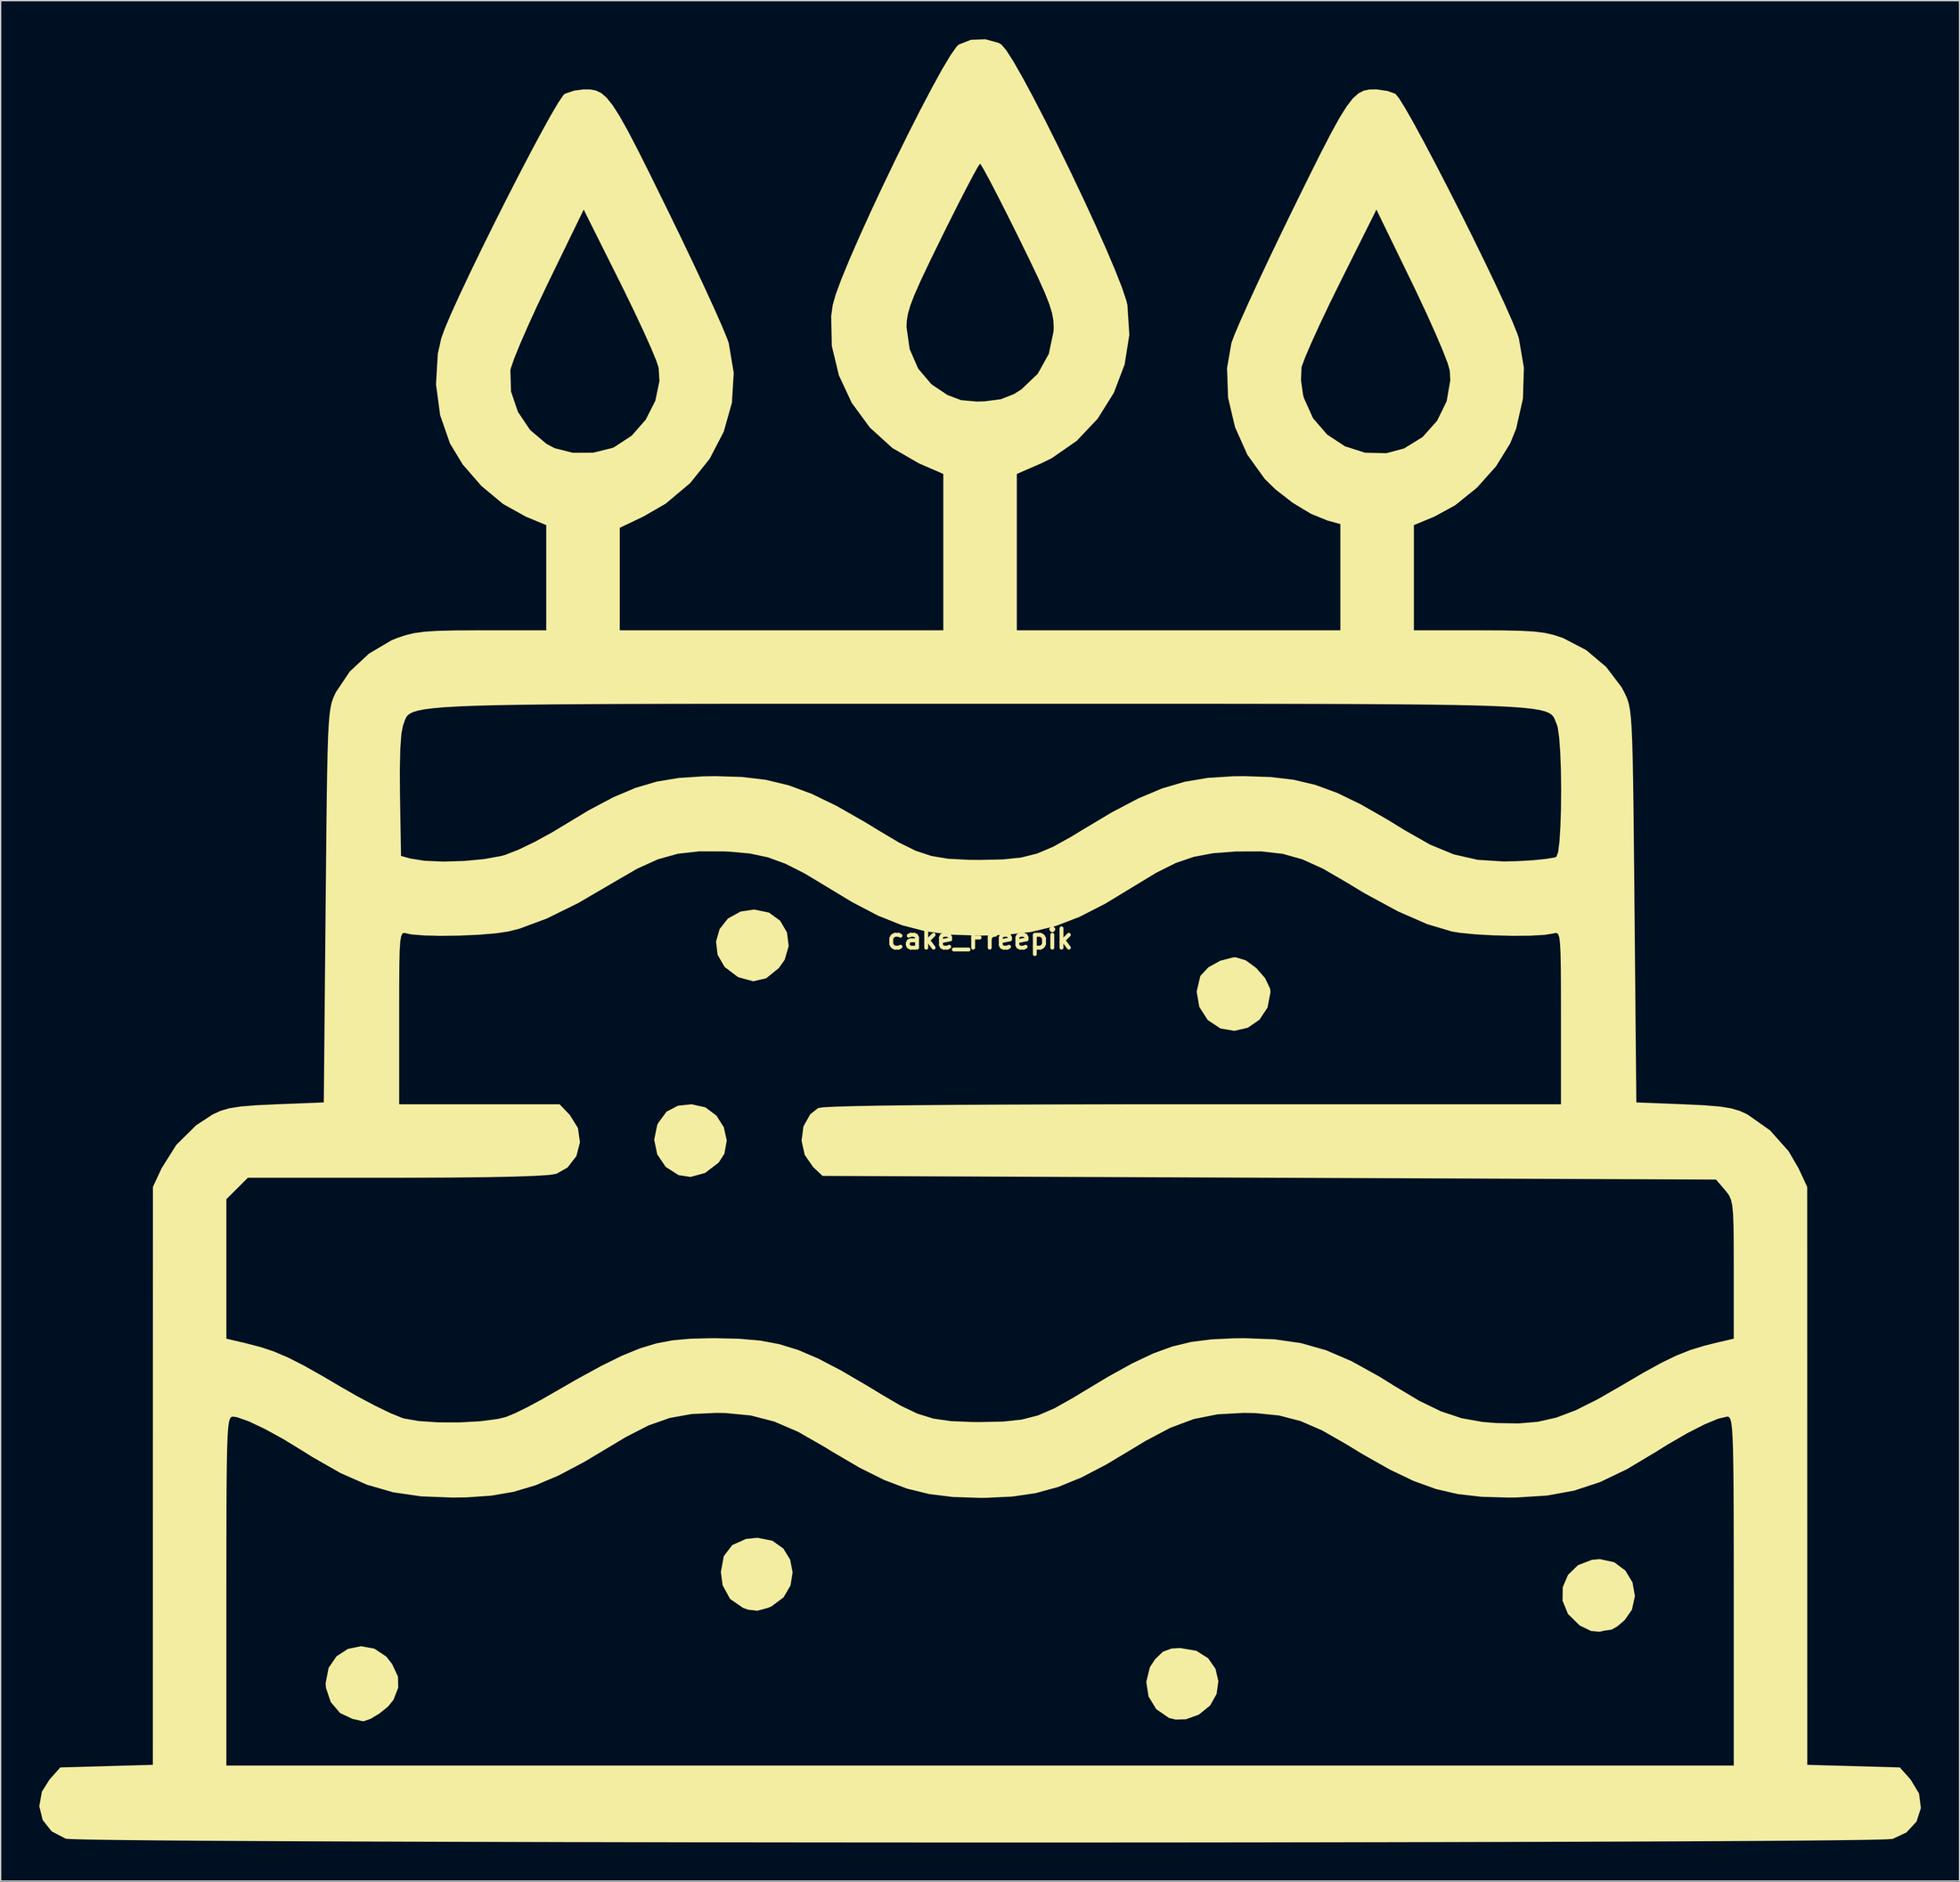
<source format=kicad_pcb>
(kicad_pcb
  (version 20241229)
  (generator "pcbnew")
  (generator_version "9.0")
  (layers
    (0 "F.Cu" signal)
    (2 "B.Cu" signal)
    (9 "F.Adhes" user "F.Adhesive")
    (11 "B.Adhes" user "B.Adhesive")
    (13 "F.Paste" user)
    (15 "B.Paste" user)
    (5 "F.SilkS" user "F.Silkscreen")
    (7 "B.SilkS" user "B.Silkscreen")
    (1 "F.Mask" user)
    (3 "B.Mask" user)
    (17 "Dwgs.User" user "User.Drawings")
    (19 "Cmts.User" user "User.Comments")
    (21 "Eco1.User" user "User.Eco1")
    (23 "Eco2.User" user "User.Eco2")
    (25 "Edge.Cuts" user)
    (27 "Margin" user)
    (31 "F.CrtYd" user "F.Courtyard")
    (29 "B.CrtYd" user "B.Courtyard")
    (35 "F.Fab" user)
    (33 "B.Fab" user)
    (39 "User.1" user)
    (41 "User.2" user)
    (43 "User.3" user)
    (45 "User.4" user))
  (footprint "cake_Freepik"
    (layer "F.Cu")
    (at 73.028 69.883)
    (property "Reference" "cake_Freepik" (at 0 0 0) (layer "F.SilkS") (effects (font (size 1.5 1.5) (thickness 0.3))))
    (attr board_only exclude_from_pos_files exclude_from_bom)
    (fp_poly (pts (xy -21.321 13.086) (xy -20.464 13.725) (xy -19.891 14.628) (xy -19.664 15.659) (xy -19.846 16.685) (xy -20.29 17.373) (xy -21.34 18.177) (xy -22.477 18.489) (xy -23.402 18.349) (xy -24.405 17.708) (xy -25.057 16.739) (xy -25.296 15.598) (xy -25.058 14.446) (xy -24.994 14.313) (xy -24.337 13.417) (xy -23.45 12.955) (xy -22.4 12.843)) (stroke (width 0) (type solid)) (fill yes) (layer "F.SilkS"))
    (fp_poly (pts (xy -16.383 -2.044) (xy -15.516 -1.409) (xy -14.99 -0.504) (xy -14.856 0.549) (xy -15.167 1.624) (xy -15.625 2.268) (xy -16.6 3.056) (xy -17.605 3.29) (xy -18.719 2.989) (xy -18.836 2.932) (xy -19.833 2.174) (xy -20.376 1.227) (xy -20.495 0.207) (xy -20.217 -0.769) (xy -19.572 -1.585) (xy -18.59 -2.126) (xy -17.539 -2.283)) (stroke (width 0) (type solid)) (fill yes) (layer "F.SilkS"))
    (fp_poly (pts (xy -16.124 46.747) (xy -15.274 47.351) (xy -14.744 48.211) (xy -14.552 49.21) (xy -14.716 50.227) (xy -15.253 51.144) (xy -16.183 51.841) (xy -16.456 51.959) (xy -17.292 52.187) (xy -18.019 52.1) (xy -18.408 51.957) (xy -19.406 51.267) (xy -19.982 50.21) (xy -20.12 49.176) (xy -19.895 47.949) (xy -19.236 47.084) (xy -18.171 46.608) (xy -17.276 46.519)) (stroke (width 0) (type solid)) (fill yes) (layer "F.SilkS"))
    (fp_poly (pts (xy 16.788 55.297) (xy 17.702 55.873) (xy 18.275 56.697) (xy 18.497 57.659) (xy 18.361 58.647) (xy 17.856 59.551) (xy 16.974 60.26) (xy 15.982 60.615) (xy 15.178 60.636) (xy 14.666 60.515) (xy 13.678 59.831) (xy 13.078 58.846) (xy 12.902 57.711) (xy 13.184 56.573) (xy 13.582 55.959) (xy 14.196 55.366) (xy 14.872 55.119) (xy 15.541 55.081)) (stroke (width 0) (type solid)) (fill yes) (layer "F.SilkS"))
    (fp_poly (pts (xy 20.627 1.664) (xy 21.443 2.263) (xy 22.129 3.054) (xy 22.514 3.866) (xy 22.546 4.128) (xy 22.311 5.338) (xy 21.686 6.278) (xy 20.789 6.896) (xy 19.74 7.14) (xy 18.657 6.955) (xy 17.672 6.301) (xy 17.019 5.281) (xy 16.813 4.09) (xy 17.086 2.929) (xy 17.132 2.838) (xy 17.725 2.205) (xy 18.642 1.696) (xy 19.637 1.437) (xy 19.849 1.427)) (stroke (width 0) (type solid)) (fill yes) (layer "F.SilkS"))
    (fp_poly (pts (xy -47.02 55.129) (xy -46.089 55.749) (xy -45.642 56.323) (xy -45.186 57.295) (xy -45.165 58.16) (xy -45.539 59.113) (xy -45.955 59.624) (xy -46.602 60.152) (xy -47.296 60.574) (xy -47.852 60.769) (xy -48.008 60.75) (xy -48.317 60.671) (xy -48.709 60.59) (xy -49.674 60.134) (xy -50.403 59.277) (xy -50.775 58.178) (xy -50.8 57.807) (xy -50.568 56.618) (xy -49.951 55.721) (xy -49.073 55.15) (xy -48.056 54.941)) (stroke (width 0) (type solid)) (fill yes) (layer "F.SilkS"))
    (fp_poly (pts (xy 49.229 48.419) (xy 50.092 49.066) (xy 50.645 49.983) (xy 50.833 51.039) (xy 50.602 52.102) (xy 50.048 52.902) (xy 49.474 53.397) (xy 49.03 53.65) (xy 48.977 53.658) (xy 48.452 53.731) (xy 48.083 53.817) (xy 47.426 53.756) (xy 46.592 53.353) (xy 46.523 53.308) (xy 45.635 52.431) (xy 45.216 51.408) (xy 45.23 50.357) (xy 45.64 49.398) (xy 46.41 48.648) (xy 47.504 48.226) (xy 48.108 48.174)) (stroke (width 0) (type solid)) (fill yes) (layer "F.SilkS"))
    (fp_poly (pts (xy 1.438 -69.602) (xy 1.659 -69.47) (xy 2.03 -69.036) (xy 2.594 -68.151) (xy 3.313 -66.889) (xy 4.155 -65.323) (xy 5.082 -63.526) (xy 6.059 -61.571) (xy 7.052 -59.531) (xy 8.025 -57.479) (xy 8.942 -55.489) (xy 9.769 -53.633) (xy 10.469 -51.984) (xy 11.008 -50.617) (xy 11.35 -49.603) (xy 11.437 -49.244) (xy 11.587 -46.925) (xy 11.22 -44.621) (xy 10.384 -42.42) (xy 9.13 -40.413) (xy 7.504 -38.689) (xy 5.557 -37.338) (xy 4.753 -36.945) (xy 2.854 -36.118) (xy 2.854 -30.045) (xy 2.854 -23.973) (xy 15.411 -23.973) (xy 27.969 -23.973) (xy 27.969 -28.098) (xy 27.969 -32.223) (xy 26.951 -32.504) (xy 25.68 -33.025) (xy 24.273 -33.875) (xy 22.928 -34.92) (xy 22.101 -35.73) (xy 20.751 -37.607) (xy 19.792 -39.754) (xy 19.254 -42.039) (xy 19.205 -43.392) (xy 24.914 -43.392) (xy 25.073 -42.267) (xy 25.131 -42.037) (xy 25.842 -40.452) (xy 26.94 -39.178) (xy 28.325 -38.265) (xy 29.893 -37.765) (xy 31.542 -37.73) (xy 32.918 -38.1) (xy 34.353 -38.986) (xy 35.479 -40.25) (xy 36.22 -41.766) (xy 36.504 -43.405) (xy 36.459 -44.166) (xy 36.293 -44.734) (xy 35.911 -45.72) (xy 35.352 -47.035) (xy 34.655 -48.585) (xy 33.86 -50.28) (xy 33.541 -50.943) (xy 30.768 -56.651) (xy 27.955 -51.016) (xy 27.116 -49.309) (xy 26.36 -47.715) (xy 25.726 -46.324) (xy 25.255 -45.227) (xy 24.989 -44.515) (xy 24.951 -44.37) (xy 24.914 -43.392) (xy 19.205 -43.392) (xy 19.171 -44.331) (xy 19.511 -46.288) (xy 19.747 -46.924) (xy 20.203 -47.996) (xy 20.847 -49.433) (xy 21.643 -51.158) (xy 22.558 -53.1) (xy 23.558 -55.184) (xy 24.22 -56.544) (xy 25.428 -59.003) (xy 26.422 -60.997) (xy 27.236 -62.573) (xy 27.903 -63.781) (xy 28.458 -64.668) (xy 28.933 -65.283) (xy 29.363 -65.674) (xy 29.781 -65.89) (xy 30.221 -65.98) (xy 30.717 -65.991) (xy 30.796 -65.989) (xy 31.636 -65.862) (xy 32.237 -65.647) (xy 32.513 -65.315) (xy 32.995 -64.539) (xy 33.65 -63.388) (xy 34.439 -61.935) (xy 35.328 -60.251) (xy 36.281 -58.408) (xy 37.261 -56.475) (xy 38.233 -54.526) (xy 39.16 -52.63) (xy 40.007 -50.859) (xy 40.737 -49.285) (xy 41.315 -47.979) (xy 41.705 -47.012) (xy 41.823 -46.659) (xy 42.215 -44.368) (xy 42.141 -41.966) (xy 41.616 -39.643) (xy 41.149 -38.488) (xy 40.048 -36.704) (xy 38.573 -35.053) (xy 36.877 -33.683) (xy 35.27 -32.805) (xy 33.676 -32.144) (xy 33.676 -28.059) (xy 33.676 -23.973) (xy 38.66 -23.973) (xy 40.533 -23.966) (xy 41.945 -23.937) (xy 43.004 -23.876) (xy 43.821 -23.774) (xy 44.505 -23.619) (xy 45.166 -23.403) (xy 45.272 -23.364) (xy 47.048 -22.438) (xy 48.607 -21.122) (xy 49.795 -19.555) (xy 50.001 -19.169) (xy 50.145 -18.87) (xy 50.266 -18.569) (xy 50.368 -18.218) (xy 50.452 -17.767) (xy 50.521 -17.169) (xy 50.577 -16.374) (xy 50.623 -15.332) (xy 50.661 -13.995) (xy 50.693 -12.314) (xy 50.722 -10.24) (xy 50.75 -7.723) (xy 50.78 -4.716) (xy 50.8 -2.569) (xy 50.943 12.7) (xy 54.653 12.847) (xy 56.278 12.925) (xy 57.459 13.025) (xy 58.323 13.166) (xy 58.995 13.368) (xy 59.568 13.634) (xy 61.315 14.864) (xy 62.761 16.487) (xy 63.53 17.808) (xy 64.208 19.264) (xy 64.211 41.709) (xy 64.213 64.155) (xy 67.804 64.255) (xy 71.395 64.356) (xy 72.228 65.288) (xy 72.888 66.384) (xy 73.032 67.513) (xy 72.694 68.559) (xy 71.91 69.407) (xy 70.836 69.91) (xy 70.448 69.939) (xy 69.519 69.967) (xy 68.079 69.993) (xy 66.159 70.017) (xy 63.788 70.039) (xy 60.997 70.06) (xy 57.815 70.08) (xy 54.273 70.098) (xy 50.399 70.114) (xy 46.225 70.128) (xy 41.781 70.141) (xy 37.095 70.152) (xy 32.199 70.162) (xy 27.123 70.17) (xy 21.895 70.177) (xy 16.547 70.182) (xy 11.108 70.185) (xy 5.608 70.187) (xy 0.078 70.187) (xy -5.454 70.185) (xy -10.956 70.182) (xy -16.399 70.178) (xy -21.752 70.172) (xy -26.987 70.164) (xy -32.072 70.155) (xy -36.979 70.144) (xy -41.676 70.131) (xy -46.134 70.117) (xy -50.323 70.102) (xy -54.213 70.085) (xy -57.774 70.066) (xy -60.975 70.046) (xy -63.788 70.025) (xy -66.182 70.002) (xy -68.126 69.977) (xy -69.592 69.951) (xy -70.549 69.923) (xy -70.966 69.894) (xy -70.974 69.892) (xy -72.068 69.322) (xy -72.765 68.439) (xy -73.028 67.369) (xy -72.824 66.237) (xy -72.228 65.288) (xy -71.395 64.356) (xy -67.804 64.255) (xy -64.213 64.155) (xy -64.212 50.657) (xy -58.506 50.657) (xy -58.506 64.213) (xy 0 64.213) (xy 58.506 64.213) (xy 58.506 50.657) (xy 58.505 47.521) (xy 58.5 44.907) (xy 58.491 42.77) (xy 58.475 41.061) (xy 58.451 39.732) (xy 58.416 38.738) (xy 58.369 38.029) (xy 58.309 37.559) (xy 58.233 37.28) (xy 58.14 37.144) (xy 58.028 37.104) (xy 58.006 37.104) (xy 57.301 37.266) (xy 56.228 37.713) (xy 54.886 38.4) (xy 53.37 39.277) (xy 52.512 39.814) (xy 50.211 41.191) (xy 48.13 42.189) (xy 46.113 42.855) (xy 44.004 43.239) (xy 41.645 43.388) (xy 40.954 43.394) (xy 38.911 43.333) (xy 37.095 43.125) (xy 35.384 42.729) (xy 33.659 42.105) (xy 31.8 41.215) (xy 29.686 40.018) (xy 28.451 39.265) (xy 26.556 38.18) (xy 24.874 37.45) (xy 23.223 37.021) (xy 21.419 36.835) (xy 20.458 36.816) (xy 18.427 36.927) (xy 16.584 37.297) (xy 14.761 37.978) (xy 12.792 39.022) (xy 12.072 39.462) (xy 9.808 40.82) (xy 7.846 41.843) (xy 6.06 42.572) (xy 4.323 43.049) (xy 2.508 43.316) (xy 0.488 43.414) (xy 0 43.417) (xy -2.083 43.351) (xy -3.932 43.125) (xy -5.676 42.698) (xy -7.44 42.028) (xy -9.352 41.074) (xy -11.538 39.794) (xy -12.072 39.462) (xy -14.128 38.284) (xy -15.981 37.487) (xy -17.798 37.019) (xy -19.748 36.828) (xy -20.458 36.816) (xy -22.398 36.906) (xy -24.099 37.213) (xy -25.744 37.793) (xy -27.515 38.703) (xy -28.451 39.265) (xy -30.744 40.636) (xy -32.72 41.68) (xy -34.5 42.437) (xy -36.203 42.946) (xy -37.949 43.246) (xy -39.86 43.379) (xy -40.954 43.394) (xy -43.405 43.299) (xy -45.565 42.983) (xy -47.592 42.397) (xy -49.64 41.493) (xy -51.868 40.221) (xy -52.512 39.814) (xy -54.082 38.853) (xy -55.531 38.058) (xy -56.761 37.475) (xy -57.676 37.153) (xy -58.006 37.104) (xy -58.122 37.131) (xy -58.218 37.246) (xy -58.297 37.496) (xy -58.36 37.929) (xy -58.409 38.592) (xy -58.445 39.532) (xy -58.471 40.797) (xy -58.489 42.435) (xy -58.499 44.493) (xy -58.504 47.018) (xy -58.506 50.058) (xy -58.506 50.657) (xy -64.212 50.657) (xy -64.211 41.709) (xy -64.208 20.219) (xy -58.506 20.219) (xy -58.506 25.635) (xy -58.506 31.051) (xy -57.007 31.403) (xy -55.853 31.703) (xy -54.796 32.056) (xy -53.714 32.518) (xy -52.484 33.143) (xy -50.985 33.989) (xy -49.716 34.739) (xy -48.312 35.543) (xy -46.942 36.27) (xy -45.744 36.848) (xy -44.858 37.208) (xy -44.722 37.25) (xy -43.574 37.451) (xy -42.069 37.552) (xy -40.407 37.556) (xy -38.789 37.466) (xy -37.417 37.284) (xy -36.816 37.138) (xy -36.115 36.852) (xy -35.106 36.356) (xy -33.966 35.74) (xy -33.534 35.492) (xy -31.268 34.187) (xy -29.388 33.16) (xy -27.801 32.377) (xy -26.413 31.808) (xy -25.13 31.419) (xy -23.859 31.179) (xy -22.506 31.056) (xy -20.979 31.016) (xy -20.548 31.015) (xy -18.684 31.058) (xy -17.061 31.201) (xy -15.571 31.481) (xy -14.104 31.936) (xy -12.551 32.602) (xy -10.803 33.515) (xy -8.752 34.713) (xy -7.725 35.34) (xy -6.162 36.256) (xy -4.858 36.879) (xy -3.62 37.261) (xy -2.256 37.458) (xy -0.574 37.525) (xy 0 37.528) (xy 1.811 37.489) (xy 3.247 37.335) (xy 4.501 37.011) (xy 5.766 36.464) (xy 7.235 35.639) (xy 7.725 35.34) (xy 9.944 34.005) (xy 11.812 32.971) (xy 13.437 32.201) (xy 14.928 31.658) (xy 16.395 31.305) (xy 17.946 31.106) (xy 19.691 31.024) (xy 20.548 31.015) (xy 22.852 31.1) (xy 24.907 31.396) (xy 26.857 31.949) (xy 28.845 32.804) (xy 31.014 34.008) (xy 32.147 34.713) (xy 34.092 35.879) (xy 35.783 36.699) (xy 37.371 37.228) (xy 39.007 37.521) (xy 40.057 37.606) (xy 41.783 37.637) (xy 43.299 37.508) (xy 44.739 37.18) (xy 46.238 36.612) (xy 47.93 35.765) (xy 49.716 34.739) (xy 51.474 33.706) (xy 52.879 32.933) (xy 54.051 32.363) (xy 55.113 31.941) (xy 56.187 31.61) (xy 57.007 31.403) (xy 58.506 31.051) (xy 58.506 25.673) (xy 58.503 23.794) (xy 58.49 22.399) (xy 58.455 21.399) (xy 58.39 20.707) (xy 58.284 20.236) (xy 58.128 19.898) (xy 57.911 19.605) (xy 57.817 19.494) (xy 57.128 18.693) (xy 22.451 18.551) (xy -12.226 18.408) (xy -12.958 17.72) (xy -13.61 16.777) (xy -13.856 15.672) (xy -13.711 14.567) (xy -13.188 13.627) (xy -12.573 13.137) (xy -12.177 13.08) (xy -11.211 13.03) (xy -9.674 12.986) (xy -7.567 12.947) (xy -4.889 12.915) (xy -1.641 12.888) (xy 2.178 12.868) (xy 6.567 12.854) (xy 11.527 12.845) (xy 16.534 12.843) (xy 45.092 12.843) (xy 45.092 6.117) (xy 45.091 3.992) (xy 45.083 2.371) (xy 45.062 1.19) (xy 45.024 0.381) (xy 44.961 -0.12) (xy 44.869 -0.381) (xy 44.74 -0.466) (xy 44.57 -0.443) (xy 44.514 -0.426) (xy 43.812 -0.312) (xy 42.696 -0.251) (xy 41.324 -0.241) (xy 39.849 -0.277) (xy 38.428 -0.357) (xy 37.215 -0.479) (xy 36.64 -0.573) (xy 34.712 -1.146) (xy 32.435 -2.143) (xy 29.829 -3.556) (xy 28.441 -4.396) (xy 26.611 -5.46) (xy 25.017 -6.182) (xy 23.482 -6.612) (xy 21.829 -6.798) (xy 19.878 -6.792) (xy 19.835 -6.79) (xy 18.086 -6.657) (xy 16.594 -6.378) (xy 15.186 -5.895) (xy 13.689 -5.148) (xy 11.987 -4.115) (xy 9.711 -2.734) (xy 7.706 -1.707) (xy 5.833 -0.991) (xy 3.954 -0.54) (xy 1.932 -0.31) (xy 0 -0.255) (xy -2.233 -0.33) (xy -4.204 -0.584) (xy -6.051 -1.061) (xy -7.916 -1.806) (xy -9.937 -2.863) (xy -11.855 -4.024) (xy -13.625 -5.09) (xy -15.115 -5.844) (xy -16.479 -6.341) (xy -17.875 -6.635) (xy -19.46 -6.78) (xy -19.835 -6.797) (xy -21.801 -6.802) (xy -23.465 -6.615) (xy -25.006 -6.185) (xy -26.603 -5.463) (xy -28.436 -4.399) (xy -28.441 -4.396) (xy -31.2 -2.783) (xy -33.641 -1.581) (xy -35.742 -0.799) (xy -36.64 -0.573) (xy -37.647 -0.427) (xy -38.958 -0.321) (xy -40.418 -0.257) (xy -41.872 -0.239) (xy -43.164 -0.269) (xy -44.139 -0.349) (xy -44.514 -0.426) (xy -44.697 -0.468) (xy -44.836 -0.42) (xy -44.938 -0.215) (xy -45.009 0.213) (xy -45.054 0.928) (xy -45.079 1.998) (xy -45.089 3.489) (xy -45.092 5.466) (xy -45.092 6.117) (xy -45.092 12.843) (xy -38.867 12.843) (xy -32.642 12.843) (xy -31.846 13.673) (xy -31.217 14.686) (xy -31.059 15.8) (xy -31.338 16.872) (xy -32.021 17.755) (xy -32.882 18.244) (xy -33.436 18.332) (xy -34.546 18.405) (xy -36.195 18.464) (xy -38.368 18.508) (xy -41.05 18.537) (xy -44.226 18.55) (xy -45.299 18.551) (xy -56.837 18.551) (xy -57.671 19.385) (xy -58.506 20.219) (xy -64.208 20.219) (xy -64.208 19.264) (xy -63.53 17.808) (xy -62.393 15.999) (xy -60.847 14.471) (xy -59.568 13.634) (xy -58.961 13.355) (xy -58.281 13.156) (xy -57.404 13.018) (xy -56.202 12.921) (xy -54.653 12.847) (xy -50.943 12.7) (xy -50.8 -2.569) (xy -50.768 -5.907) (xy -50.74 -8.725) (xy -50.712 -11.069) (xy -50.682 -12.99) (xy -50.678 -13.136) (xy -45.041 -13.136) (xy -45.028 -11.137) (xy -44.949 -6.447) (xy -44.236 -6.248) (xy -43.131 -6.07) (xy -41.67 -6.008) (xy -40.054 -6.055) (xy -38.485 -6.203) (xy -37.162 -6.444) (xy -36.855 -6.53) (xy -35.839 -6.927) (xy -34.562 -7.542) (xy -33.23 -8.271) (xy -32.62 -8.639) (xy -30.394 -9.982) (xy -28.482 -10.998) (xy -26.759 -11.73) (xy -25.103 -12.218) (xy -23.388 -12.504) (xy -21.492 -12.629) (xy -20.548 -12.643) (xy -18.493 -12.583) (xy -16.641 -12.361) (xy -14.876 -11.938) (xy -13.08 -11.274) (xy -11.137 -10.332) (xy -8.929 -9.072) (xy -7.876 -8.428) (xy -6.3 -7.49) (xy -4.994 -6.846) (xy -3.778 -6.442) (xy -2.468 -6.226) (xy -0.881 -6.144) (xy 0 -6.137) (xy 1.776 -6.175) (xy 3.192 -6.322) (xy 4.43 -6.632) (xy 5.671 -7.158) (xy 7.099 -7.952) (xy 7.876 -8.428) (xy 10.233 -9.835) (xy 12.275 -10.908) (xy 14.12 -11.686) (xy 15.884 -12.207) (xy 17.684 -12.51) (xy 19.638 -12.635) (xy 20.548 -12.643) (xy 22.553 -12.576) (xy 24.336 -12.364) (xy 26.018 -11.967) (xy 27.716 -11.344) (xy 29.549 -10.455) (xy 31.636 -9.262) (xy 32.915 -8.473) (xy 34.935 -7.323) (xy 36.776 -6.564) (xy 38.622 -6.145) (xy 40.654 -6.015) (xy 41.712 -6.04) (xy 42.919 -6.113) (xy 43.926 -6.214) (xy 44.584 -6.324) (xy 44.735 -6.377) (xy 44.87 -6.735) (xy 44.975 -7.549) (xy 45.049 -8.705) (xy 45.093 -10.088) (xy 45.106 -11.584) (xy 45.089 -13.078) (xy 45.039 -14.458) (xy 44.958 -15.607) (xy 44.844 -16.413) (xy 44.767 -16.668) (xy 44.68 -16.881) (xy 44.605 -17.074) (xy 44.514 -17.248) (xy 44.381 -17.405) (xy 44.18 -17.544) (xy 43.882 -17.668) (xy 43.462 -17.777) (xy 42.892 -17.871) (xy 42.146 -17.953) (xy 41.197 -18.023) (xy 40.018 -18.081) (xy 38.582 -18.13) (xy 36.863 -18.169) (xy 34.833 -18.2) (xy 32.466 -18.223) (xy 29.735 -18.241) (xy 26.613 -18.253) (xy 23.074 -18.26) (xy 19.09 -18.264) (xy 14.634 -18.266) (xy 9.68 -18.266) (xy 4.202 -18.265) (xy 0 -18.265) (xy -5.871 -18.266) (xy -11.198 -18.266) (xy -16.007 -18.266) (xy -20.326 -18.264) (xy -24.182 -18.259) (xy -27.6 -18.25) (xy -30.609 -18.236) (xy -33.234 -18.217) (xy -35.502 -18.191) (xy -37.441 -18.157) (xy -39.076 -18.114) (xy -40.435 -18.061) (xy -41.545 -17.998) (xy -42.432 -17.923) (xy -43.123 -17.835) (xy -43.645 -17.733) (xy -44.024 -17.616) (xy -44.288 -17.484) (xy -44.463 -17.334) (xy -44.575 -17.167) (xy -44.653 -16.982) (xy -44.722 -16.776) (xy -44.788 -16.599) (xy -44.919 -15.951) (xy -45.004 -14.781) (xy -45.041 -13.136) (xy -50.678 -13.136) (xy -50.648 -14.535) (xy -50.607 -15.756) (xy -50.557 -16.699) (xy -50.496 -17.415) (xy -50.422 -17.951) (xy -50.332 -18.359) (xy -50.223 -18.685) (xy -50.093 -18.98) (xy -50.001 -19.169) (xy -48.923 -20.774) (xy -47.436 -22.161) (xy -45.697 -23.19) (xy -45.272 -23.364) (xy -44.606 -23.59) (xy -43.933 -23.753) (xy -43.143 -23.863) (xy -42.128 -23.93) (xy -40.778 -23.963) (xy -38.983 -23.973) (xy -38.66 -23.973) (xy -33.676 -23.973) (xy -33.676 -28.059) (xy -33.676 -32.144) (xy -35.27 -32.805) (xy -37.032 -33.789) (xy -38.714 -35.189) (xy -40.162 -36.858) (xy -41.149 -38.488) (xy -41.912 -40.687) (xy -42.232 -43.07) (xy -42.169 -44.166) (xy -36.459 -44.166) (xy -36.411 -42.53) (xy -35.876 -40.942) (xy -34.933 -39.538) (xy -33.659 -38.455) (xy -33.02 -38.118) (xy -31.614 -37.762) (xy -30.039 -37.768) (xy -28.562 -38.132) (xy -28.394 -38.204) (xy -27.04 -39.092) (xy -25.953 -40.335) (xy -25.21 -41.795) (xy -24.889 -43.335) (xy -24.951 -44.37) (xy -25.133 -44.92) (xy -25.534 -45.888) (xy -26.114 -47.183) (xy -26.831 -48.714) (xy -27.645 -50.391) (xy -27.955 -51.016) (xy -30.768 -56.651) (xy -33.541 -50.943) (xy -34.363 -49.217) (xy -35.101 -47.6) (xy -35.717 -46.186) (xy -36.172 -45.064) (xy -36.424 -44.326) (xy -36.459 -44.166) (xy -42.169 -44.166) (xy -42.094 -45.445) (xy -41.823 -46.659) (xy -41.549 -47.415) (xy -41.068 -48.549) (xy -40.414 -49.989) (xy -39.625 -51.663) (xy -38.737 -53.5) (xy -37.784 -55.43) (xy -36.804 -57.381) (xy -35.832 -59.281) (xy -34.905 -61.059) (xy -34.057 -62.644) (xy -33.326 -63.965) (xy -32.747 -64.951) (xy -32.356 -65.529) (xy -32.237 -65.647) (xy -31.501 -65.894) (xy -30.796 -65.989) (xy -30.289 -65.985) (xy -29.843 -65.91) (xy -29.424 -65.715) (xy -28.998 -65.353) (xy -28.531 -64.773) (xy -27.991 -63.929) (xy -27.342 -62.771) (xy -26.551 -61.252) (xy -25.586 -59.322) (xy -24.411 -56.933) (xy -24.22 -56.544) (xy -23.183 -54.408) (xy -22.211 -52.368) (xy -21.335 -50.497) (xy -20.591 -48.869) (xy -20.013 -47.557) (xy -19.633 -46.636) (xy -19.511 -46.288) (xy -19.122 -43.971) (xy -19.263 -41.651) (xy -19.897 -39.402) (xy -20.988 -37.297) (xy -22.502 -35.409) (xy -24.4 -33.812) (xy -26.145 -32.805) (xy -27.969 -31.935) (xy -27.969 -27.954) (xy -27.969 -23.973) (xy -15.411 -23.973) (xy -2.854 -23.973) (xy -2.854 -30.045) (xy -2.854 -36.118) (xy -4.753 -36.945) (xy -6.808 -38.133) (xy -8.56 -39.727) (xy -9.96 -41.639) (xy -10.958 -43.778) (xy -11.507 -46.054) (xy -11.539 -47.518) (xy -5.709 -47.518) (xy -5.463 -45.812) (xy -4.803 -44.294) (xy -3.797 -43.112) (xy -3.661 -43.004) (xy -2.52 -42.243) (xy -1.47 -41.849) (xy -0.248 -41.741) (xy 0.358 -41.76) (xy 1.613 -41.922) (xy 2.628 -42.321) (xy 3.212 -42.688) (xy 4.483 -43.905) (xy 5.336 -45.446) (xy 5.705 -47.188) (xy 5.715 -47.507) (xy 5.69 -48.046) (xy 5.585 -48.624) (xy 5.372 -49.32) (xy 5.017 -50.215) (xy 4.49 -51.388) (xy 3.759 -52.92) (xy 2.945 -54.581) (xy 2.13 -56.22) (xy 1.394 -57.672) (xy 0.776 -58.862) (xy 0.314 -59.719) (xy 0.047 -60.168) (xy 0 -60.218) (xy -0.169 -59.974) (xy -0.549 -59.289) (xy -1.102 -58.238) (xy -1.79 -56.894) (xy -2.575 -55.329) (xy -2.945 -54.581) (xy -3.875 -52.68) (xy -4.574 -51.206) (xy -5.075 -50.079) (xy -5.407 -49.22) (xy -5.602 -48.549) (xy -5.692 -47.985) (xy -5.709 -47.518) (xy -11.539 -47.518) (xy -11.557 -48.377) (xy -11.437 -49.244) (xy -11.21 -50.047) (xy -10.768 -51.242) (xy -10.146 -52.756) (xy -9.38 -54.514) (xy -8.505 -56.445) (xy -7.556 -58.474) (xy -6.569 -60.529) (xy -5.58 -62.537) (xy -4.622 -64.424) (xy -3.732 -66.118) (xy -2.946 -67.546) (xy -2.298 -68.633) (xy -1.824 -69.308) (xy -1.659 -69.47) (xy -0.714 -69.839) (xy 0.414 -69.883)) (stroke (width 0) (type solid)) (fill yes) (layer "F.SilkS")))
  (gr_rect
    (start -3 -3)
    (end 149.059 143.069)
    (stroke (width 0.1) (type default))
    (fill no)
    (layer "Edge.Cuts")))
</source>
